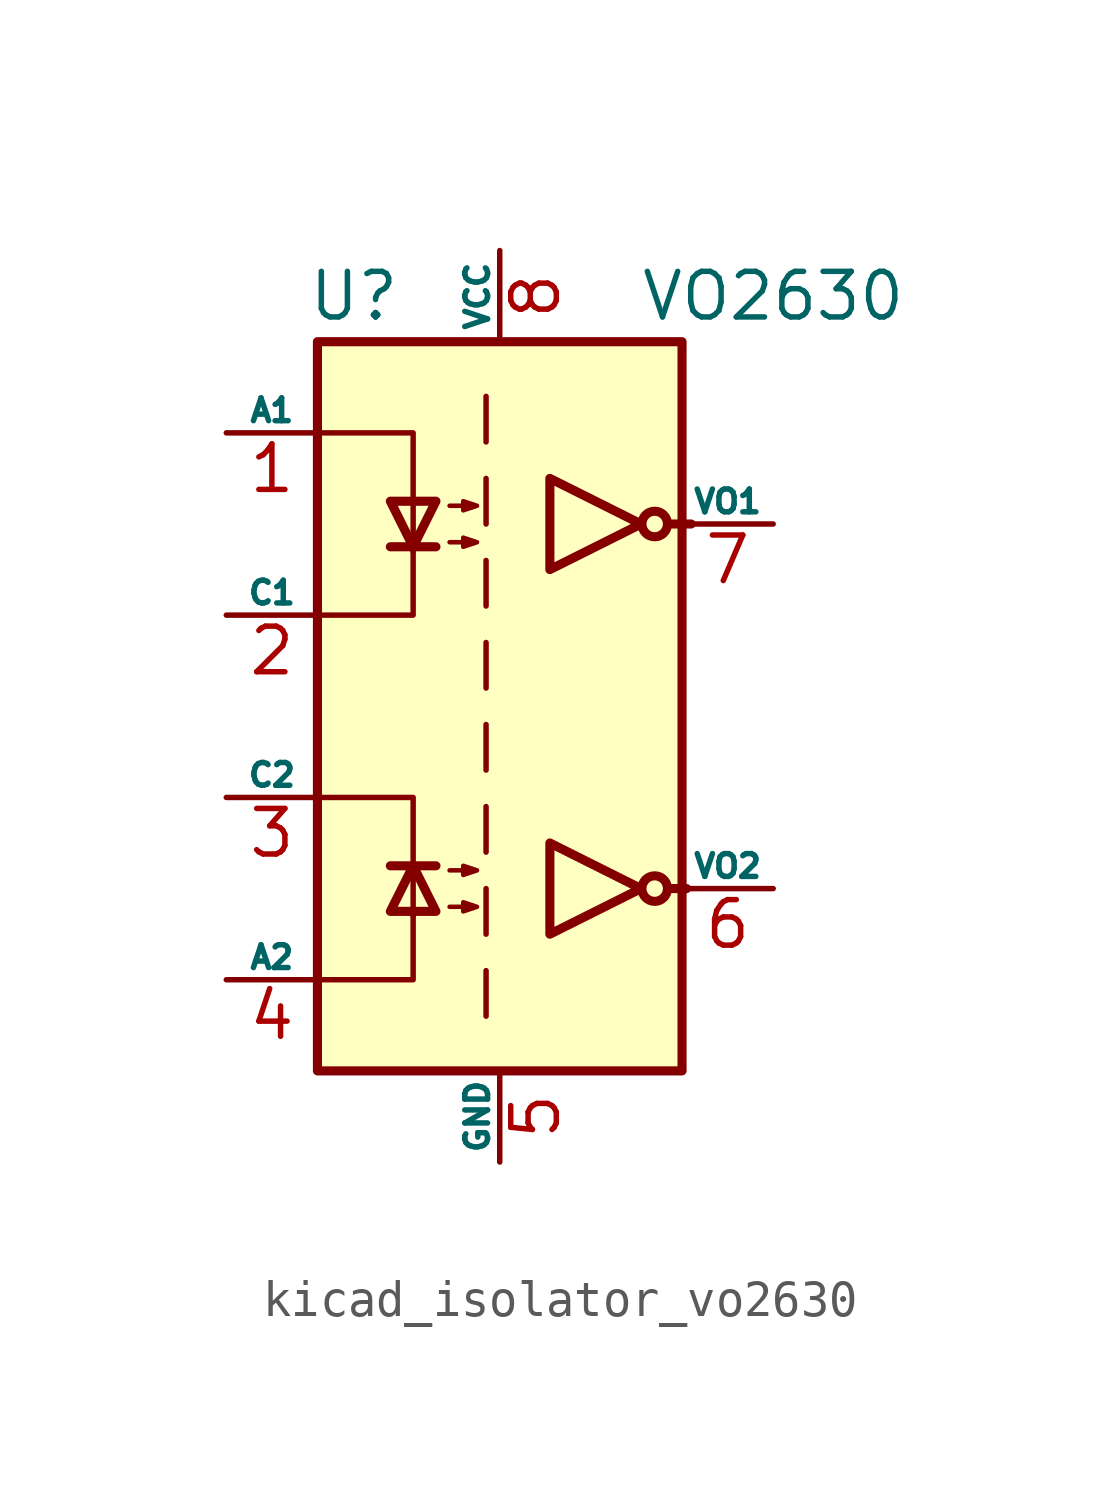
<source format=kicad_sym>
(kicad_symbol_lib
  (version 20220914)
  (generator kicad_symbol_editor)
  (symbol "kicad_isolator_vo2630"
    (pin_names
      (offset 0))
    (property "Reference" "U"
      (at -4.064 11.43 0)
      (effects (font (size 1.27 1.27))))
    (property "Value" "VO2630"
      (at 7.62 11.43 0)
      (effects (font (size 1.27 1.27))))
    (symbol "kicad_isolator_vo2630_1_1"
      (rectangle (start -5.08 10.16) (end 5.08 -10.16) (stroke (width 0.254) (type default)) (fill (type background)))
      (polyline (pts (xy -3.048 -4.445) (xy -1.778 -4.445)) (stroke (width 0.254) (type default)) (fill (type none)))
      (polyline (pts (xy -3.048 4.445) (xy -1.778 4.445)) (stroke (width 0.254) (type default)) (fill (type none)))
      (polyline (pts (xy -0.381 -7.366) (xy -0.381 -8.636)) (stroke (width 0) (type default)) (fill (type none)))
      (polyline (pts (xy -0.381 -5.08) (xy -0.381 -6.35)) (stroke (width 0) (type default)) (fill (type none)))
      (polyline (pts (xy -0.381 -2.794) (xy -0.381 -4.064)) (stroke (width 0) (type default)) (fill (type none)))
      (polyline (pts (xy -0.381 -0.508) (xy -0.381 -1.778)) (stroke (width 0) (type default)) (fill (type none)))
      (polyline (pts (xy -0.381 1.778) (xy -0.381 0.508)) (stroke (width 0) (type default)) (fill (type none)))
      (polyline (pts (xy -0.381 4.064) (xy -0.381 2.794)) (stroke (width 0) (type default)) (fill (type none)))
      (polyline (pts (xy -0.381 6.35) (xy -0.381 5.08)) (stroke (width 0) (type default)) (fill (type none)))
      (polyline (pts (xy -0.381 8.636) (xy -0.381 7.366)) (stroke (width 0) (type default)) (fill (type none)))
      (polyline (pts (xy 4.699 -5.08) (xy 5.207 -5.08)) (stroke (width 0.254) (type default)) (fill (type none)))
      (polyline (pts (xy 4.699 5.08) (xy 5.334 5.08)) (stroke (width 0.254) (type default)) (fill (type none)))
      (polyline (pts (xy -4.953 -7.62) (xy -2.413 -7.62) (xy -2.413 -5.715)) (stroke (width 0) (type default)) (fill (type none)))
      (polyline (pts (xy -4.953 7.62) (xy -2.413 7.62) (xy -2.413 4.318)) (stroke (width 0) (type default)) (fill (type none)))
      (polyline (pts (xy -2.413 -5.842) (xy -2.413 -2.54) (xy -4.953 -2.54)) (stroke (width 0) (type default)) (fill (type none)))
      (polyline (pts (xy -2.413 4.445) (xy -2.413 2.54) (xy -4.953 2.54)) (stroke (width 0) (type default)) (fill (type none)))
      (polyline (pts (xy -2.413 -4.445) (xy -3.048 -5.715) (xy -1.778 -5.715) (xy -2.413 -4.445)) (stroke (width 0.254) (type default)) (fill (type none)))
      (polyline (pts (xy -2.413 4.445) (xy -3.048 5.715) (xy -1.778 5.715) (xy -2.413 4.445)) (stroke (width 0.254) (type default)) (fill (type none)))
      (polyline (pts (xy 3.937 -5.08) (xy 1.397 -3.81) (xy 1.397 -6.35) (xy 3.937 -5.08)) (stroke (width 0.254) (type default)) (fill (type none)))
      (polyline (pts (xy 3.937 5.08) (xy 1.397 6.35) (xy 1.397 3.81) (xy 3.937 5.08)) (stroke (width 0.254) (type default)) (fill (type none)))
      (polyline (pts (xy -1.397 -5.588) (xy -0.635 -5.588) (xy -1.016 -5.715) (xy -1.016 -5.461) (xy -0.635 -5.588)) (stroke (width 0.127) (type default)) (fill (type none)))
      (polyline (pts (xy -1.397 -4.572) (xy -0.635 -4.572) (xy -1.016 -4.699) (xy -1.016 -4.445) (xy -0.635 -4.572)) (stroke (width 0.127) (type default)) (fill (type none)))
      (polyline (pts (xy -1.397 4.572) (xy -0.635 4.572) (xy -1.016 4.445) (xy -1.016 4.699) (xy -0.635 4.572)) (stroke (width 0.127) (type default)) (fill (type none)))
      (polyline (pts (xy -1.397 5.588) (xy -0.635 5.588) (xy -1.016 5.461) (xy -1.016 5.715) (xy -0.635 5.588)) (stroke (width 0.127) (type default)) (fill (type none)))
      (circle (center 4.318 -5.08) (radius 0.356) (stroke (width 0.254) (type default)) (fill (type none)))
      (circle (center 4.318 5.08) (radius 0.356) (stroke (width 0.254) (type default)) (fill (type none)))
      (pin passive line (at -7.62 7.62 0) (length 2.54) (name "A1" (effects (font (size 0.635 0.635)))) (number "1" (effects (font (size 1.27 1.27)))))
      (pin passive line (at -7.62 2.54 0) (length 2.54) (name "C1" (effects (font (size 0.635 0.635)))) (number "2" (effects (font (size 1.27 1.27)))))
      (pin passive line (at -7.62 -2.54 0) (length 2.54) (name "C2" (effects (font (size 0.635 0.635)))) (number "3" (effects (font (size 1.27 1.27)))))
      (pin passive line (at -7.62 -7.62 0) (length 2.54) (name "A2" (effects (font (size 0.635 0.635)))) (number "4" (effects (font (size 1.27 1.27)))))
      (pin power_in line (at 0 -12.7 90) (length 2.54) (name "GND" (effects (font (size 0.635 0.635)))) (number "5" (effects (font (size 1.27 1.27)))))
      (pin open_collector line (at 7.62 -5.08 180) (length 2.54) (name "VO2" (effects (font (size 0.635 0.635)))) (number "6" (effects (font (size 1.27 1.27)))))
      (pin open_collector line (at 7.62 5.08 180) (length 2.54) (name "VO1" (effects (font (size 0.635 0.635)))) (number "7" (effects (font (size 1.27 1.27)))))
      (pin power_in line (at 0 12.7 270) (length 2.54) (name "VCC" (effects (font (size 0.635 0.635)))) (number "8" (effects (font (size 1.27 1.27))))))))
</source>
